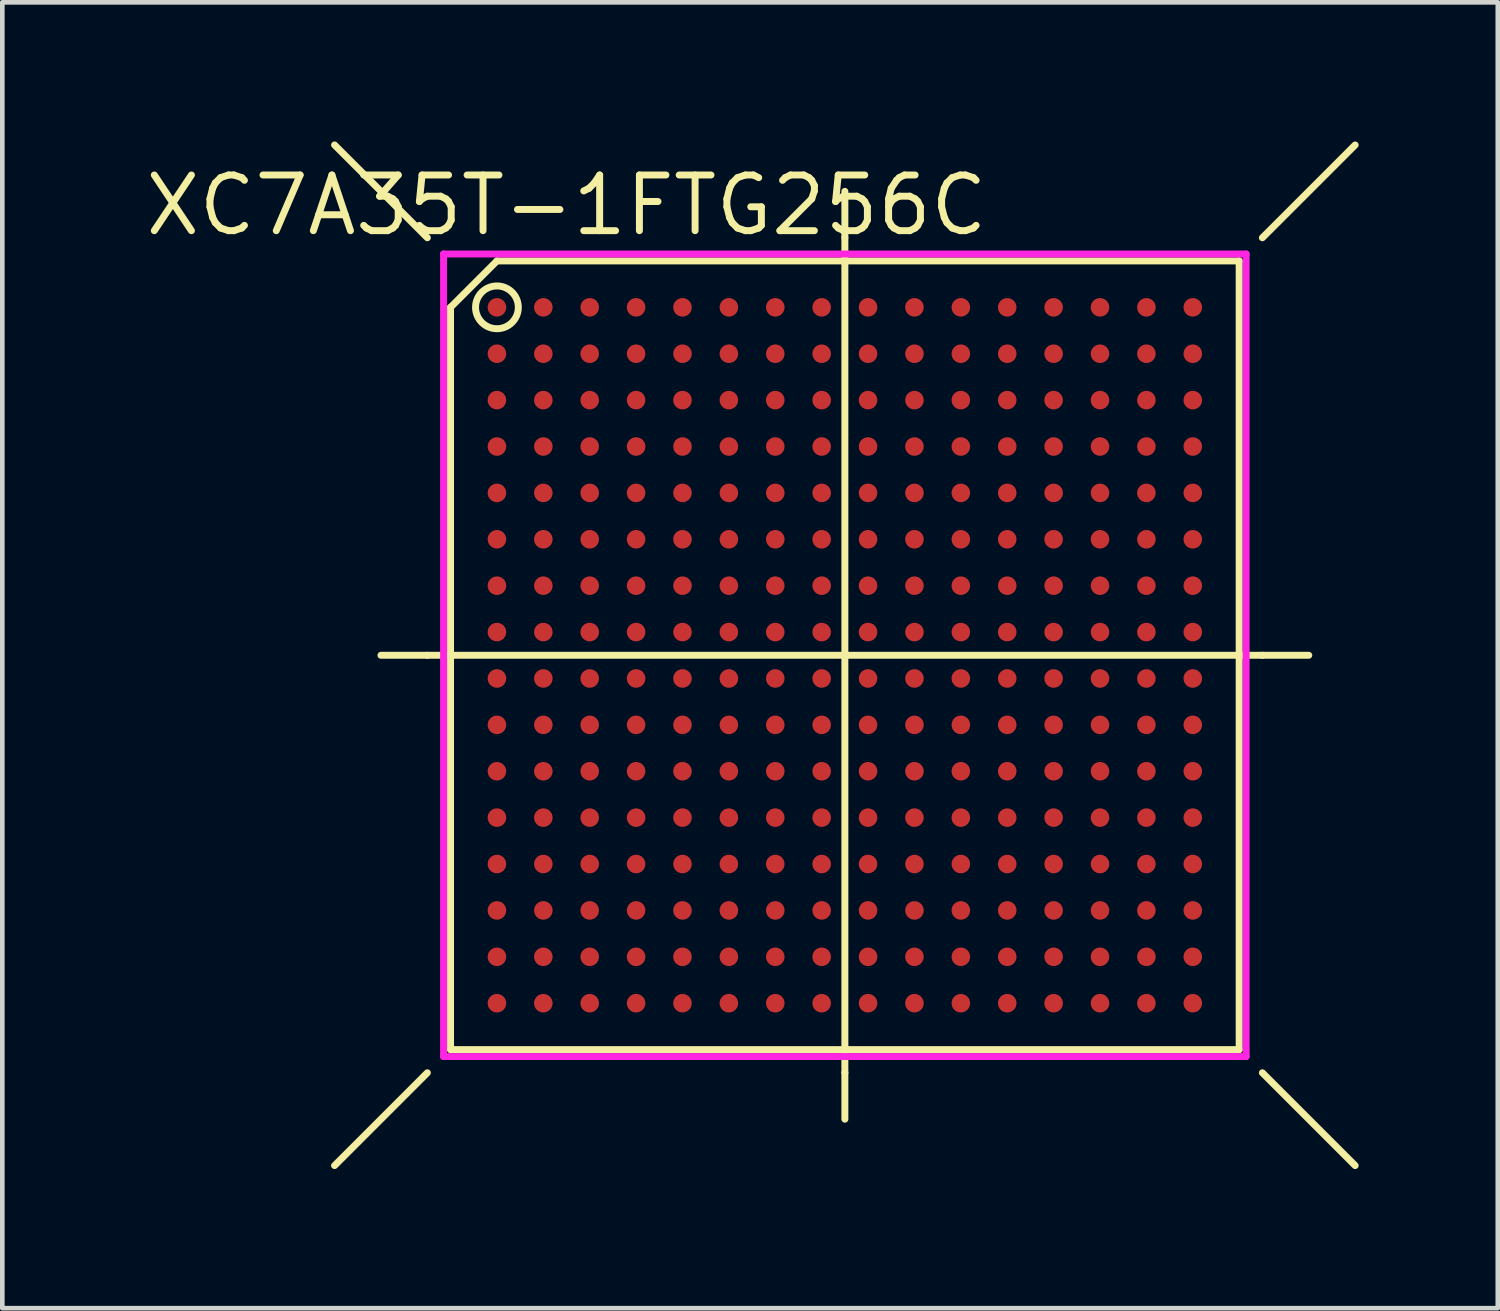
<source format=kicad_pcb>
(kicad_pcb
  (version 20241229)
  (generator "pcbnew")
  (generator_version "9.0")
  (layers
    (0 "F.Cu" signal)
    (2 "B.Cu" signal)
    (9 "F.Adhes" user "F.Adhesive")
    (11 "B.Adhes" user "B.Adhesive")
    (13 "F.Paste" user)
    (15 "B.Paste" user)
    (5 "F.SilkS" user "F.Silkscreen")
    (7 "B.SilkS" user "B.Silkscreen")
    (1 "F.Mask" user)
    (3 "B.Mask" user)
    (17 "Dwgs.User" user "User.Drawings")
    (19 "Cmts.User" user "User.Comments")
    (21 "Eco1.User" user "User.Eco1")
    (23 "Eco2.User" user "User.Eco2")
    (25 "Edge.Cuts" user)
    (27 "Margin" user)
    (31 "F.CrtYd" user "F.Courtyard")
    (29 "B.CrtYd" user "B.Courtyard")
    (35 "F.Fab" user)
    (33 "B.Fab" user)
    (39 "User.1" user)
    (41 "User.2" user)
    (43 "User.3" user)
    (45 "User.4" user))
  (footprint "XC7A35T-1FTG256C"
    (layer "F.Cu")
    (at 15.162 11.075)
    (property "Reference" "XC7A35T-1FTG256C" (at -6 -9.7 0) (layer "F.SilkS") (effects (font (size 1.2 1.2) (thickness 0.15))))
    (attr through_hole)
    (fp_line (start -9 -9) (end -11 -11) (stroke (width 0.15) (type solid)) (layer "F.SilkS"))
    (fp_line (start -9 0) (end -10 0) (stroke (width 0.15) (type solid)) (layer "F.SilkS"))
    (fp_line (start -9 0) (end 9 0) (stroke (width 0.15) (type solid)) (layer "F.SilkS"))
    (fp_line (start -9 9) (end -11 11) (stroke (width 0.15) (type solid)) (layer "F.SilkS"))
    (fp_line (start -8.5 -7.5) (end -8.5 8.5) (stroke (width 0.15) (type solid)) (layer "F.SilkS"))
    (fp_line (start -8.5 8.5) (end 8.5 8.5) (stroke (width 0.15) (type solid)) (layer "F.SilkS"))
    (fp_line (start -7.5 -8.5) (end -8.5 -7.5) (stroke (width 0.15) (type solid)) (layer "F.SilkS"))
    (fp_line (start 0 -9) (end 0 -10) (stroke (width 0.15) (type solid)) (layer "F.SilkS"))
    (fp_line (start 0 -9) (end 0 9) (stroke (width 0.15) (type solid)) (layer "F.SilkS"))
    (fp_line (start 0 9) (end 0 10) (stroke (width 0.15) (type solid)) (layer "F.SilkS"))
    (fp_line (start 8.5 -8.5) (end -7.5 -8.5) (stroke (width 0.15) (type solid)) (layer "F.SilkS"))
    (fp_line (start 8.5 8.5) (end 8.5 -8.5) (stroke (width 0.15) (type solid)) (layer "F.SilkS"))
    (fp_line (start 9 -9) (end 11 -11) (stroke (width 0.15) (type solid)) (layer "F.SilkS"))
    (fp_line (start 9 0) (end 10 0) (stroke (width 0.15) (type solid)) (layer "F.SilkS"))
    (fp_line (start 9 9) (end 11 11) (stroke (width 0.15) (type solid)) (layer "F.SilkS"))
    (fp_circle (center -7.5 -7.5) (end -7.15 -7.2) (stroke (width 0.15) (type solid)) (fill no) (layer "F.SilkS"))
    (fp_line (start -8.65 -8.65) (end 8.65 -8.65) (stroke (width 0.15) (type solid)) (layer "F.CrtYd"))
    (fp_line (start -8.65 8.65) (end -8.65 -8.65) (stroke (width 0.15) (type solid)) (layer "F.CrtYd"))
    (fp_line (start 8.65 -8.65) (end 8.65 8.65) (stroke (width 0.15) (type solid)) (layer "F.CrtYd"))
    (fp_line (start 8.65 8.65) (end -8.65 8.65) (stroke (width 0.15) (type solid)) (layer "F.CrtYd"))
    (pad "A1" smd circle (at -7.5 -7.5) (size 0.4 0.4) (layers "F.Cu" "F.Mask" "F.Paste"))
    (pad "A2" smd circle (at -6.5 -7.5) (size 0.4 0.4) (layers "F.Cu" "F.Mask" "F.Paste"))
    (pad "A3" smd circle (at -5.5 -7.5) (size 0.4 0.4) (layers "F.Cu" "F.Mask" "F.Paste"))
    (pad "A4" smd circle (at -4.5 -7.5) (size 0.4 0.4) (layers "F.Cu" "F.Mask" "F.Paste"))
    (pad "A5" smd circle (at -3.5 -7.5) (size 0.4 0.4) (layers "F.Cu" "F.Mask" "F.Paste"))
    (pad "A6" smd circle (at -2.5 -7.5) (size 0.4 0.4) (layers "F.Cu" "F.Mask" "F.Paste"))
    (pad "A7" smd circle (at -1.5 -7.5) (size 0.4 0.4) (layers "F.Cu" "F.Mask" "F.Paste"))
    (pad "A8" smd circle (at -0.5 -7.5) (size 0.4 0.4) (layers "F.Cu" "F.Mask" "F.Paste"))
    (pad "A9" smd circle (at 0.5 -7.5) (size 0.4 0.4) (layers "F.Cu" "F.Mask" "F.Paste"))
    (pad "A10" smd circle (at 1.5 -7.5) (size 0.4 0.4) (layers "F.Cu" "F.Mask" "F.Paste"))
    (pad "A11" smd circle (at 2.5 -7.5) (size 0.4 0.4) (layers "F.Cu" "F.Mask" "F.Paste"))
    (pad "A12" smd circle (at 3.5 -7.5) (size 0.4 0.4) (layers "F.Cu" "F.Mask" "F.Paste"))
    (pad "A13" smd circle (at 4.5 -7.5) (size 0.4 0.4) (layers "F.Cu" "F.Mask" "F.Paste"))
    (pad "A14" smd circle (at 5.5 -7.5) (size 0.4 0.4) (layers "F.Cu" "F.Mask" "F.Paste"))
    (pad "A15" smd circle (at 6.5 -7.5) (size 0.4 0.4) (layers "F.Cu" "F.Mask" "F.Paste"))
    (pad "A16" smd circle (at 7.5 -7.5) (size 0.4 0.4) (layers "F.Cu" "F.Mask" "F.Paste"))
    (pad "B1" smd circle (at -7.5 -6.5) (size 0.4 0.4) (layers "F.Cu" "F.Mask" "F.Paste"))
    (pad "B2" smd circle (at -6.5 -6.5) (size 0.4 0.4) (layers "F.Cu" "F.Mask" "F.Paste"))
    (pad "B3" smd circle (at -5.5 -6.5) (size 0.4 0.4) (layers "F.Cu" "F.Mask" "F.Paste"))
    (pad "B4" smd circle (at -4.5 -6.5) (size 0.4 0.4) (layers "F.Cu" "F.Mask" "F.Paste"))
    (pad "B5" smd circle (at -3.5 -6.5) (size 0.4 0.4) (layers "F.Cu" "F.Mask" "F.Paste"))
    (pad "B6" smd circle (at -2.5 -6.5) (size 0.4 0.4) (layers "F.Cu" "F.Mask" "F.Paste"))
    (pad "B7" smd circle (at -1.5 -6.5) (size 0.4 0.4) (layers "F.Cu" "F.Mask" "F.Paste"))
    (pad "B8" smd circle (at -0.5 -6.5) (size 0.4 0.4) (layers "F.Cu" "F.Mask" "F.Paste"))
    (pad "B9" smd circle (at 0.5 -6.5) (size 0.4 0.4) (layers "F.Cu" "F.Mask" "F.Paste"))
    (pad "B10" smd circle (at 1.5 -6.5) (size 0.4 0.4) (layers "F.Cu" "F.Mask" "F.Paste"))
    (pad "B11" smd circle (at 2.5 -6.5) (size 0.4 0.4) (layers "F.Cu" "F.Mask" "F.Paste"))
    (pad "B12" smd circle (at 3.5 -6.5) (size 0.4 0.4) (layers "F.Cu" "F.Mask" "F.Paste"))
    (pad "B13" smd circle (at 4.5 -6.5) (size 0.4 0.4) (layers "F.Cu" "F.Mask" "F.Paste"))
    (pad "B14" smd circle (at 5.5 -6.5) (size 0.4 0.4) (layers "F.Cu" "F.Mask" "F.Paste"))
    (pad "B15" smd circle (at 6.5 -6.5) (size 0.4 0.4) (layers "F.Cu" "F.Mask" "F.Paste"))
    (pad "B16" smd circle (at 7.5 -6.5) (size 0.4 0.4) (layers "F.Cu" "F.Mask" "F.Paste"))
    (pad "C1" smd circle (at -7.5 -5.5) (size 0.4 0.4) (layers "F.Cu" "F.Mask" "F.Paste"))
    (pad "C2" smd circle (at -6.5 -5.5) (size 0.4 0.4) (layers "F.Cu" "F.Mask" "F.Paste"))
    (pad "C3" smd circle (at -5.5 -5.5) (size 0.4 0.4) (layers "F.Cu" "F.Mask" "F.Paste"))
    (pad "C4" smd circle (at -4.5 -5.5) (size 0.4 0.4) (layers "F.Cu" "F.Mask" "F.Paste"))
    (pad "C5" smd circle (at -3.5 -5.5) (size 0.4 0.4) (layers "F.Cu" "F.Mask" "F.Paste"))
    (pad "C6" smd circle (at -2.5 -5.5) (size 0.4 0.4) (layers "F.Cu" "F.Mask" "F.Paste"))
    (pad "C7" smd circle (at -1.5 -5.5) (size 0.4 0.4) (layers "F.Cu" "F.Mask" "F.Paste"))
    (pad "C8" smd circle (at -0.5 -5.5) (size 0.4 0.4) (layers "F.Cu" "F.Mask" "F.Paste"))
    (pad "C9" smd circle (at 0.5 -5.5) (size 0.4 0.4) (layers "F.Cu" "F.Mask" "F.Paste"))
    (pad "C10" smd circle (at 1.5 -5.5) (size 0.4 0.4) (layers "F.Cu" "F.Mask" "F.Paste"))
    (pad "C11" smd circle (at 2.5 -5.5) (size 0.4 0.4) (layers "F.Cu" "F.Mask" "F.Paste"))
    (pad "C12" smd circle (at 3.5 -5.5) (size 0.4 0.4) (layers "F.Cu" "F.Mask" "F.Paste"))
    (pad "C13" smd circle (at 4.5 -5.5) (size 0.4 0.4) (layers "F.Cu" "F.Mask" "F.Paste"))
    (pad "C14" smd circle (at 5.5 -5.5) (size 0.4 0.4) (layers "F.Cu" "F.Mask" "F.Paste"))
    (pad "C15" smd circle (at 6.5 -5.5) (size 0.4 0.4) (layers "F.Cu" "F.Mask" "F.Paste"))
    (pad "C16" smd circle (at 7.5 -5.5) (size 0.4 0.4) (layers "F.Cu" "F.Mask" "F.Paste"))
    (pad "D1" smd circle (at -7.5 -4.5) (size 0.4 0.4) (layers "F.Cu" "F.Mask" "F.Paste"))
    (pad "D2" smd circle (at -6.5 -4.5) (size 0.4 0.4) (layers "F.Cu" "F.Mask" "F.Paste"))
    (pad "D3" smd circle (at -5.5 -4.5) (size 0.4 0.4) (layers "F.Cu" "F.Mask" "F.Paste"))
    (pad "D4" smd circle (at -4.5 -4.5) (size 0.4 0.4) (layers "F.Cu" "F.Mask" "F.Paste"))
    (pad "D5" smd circle (at -3.5 -4.5) (size 0.4 0.4) (layers "F.Cu" "F.Mask" "F.Paste"))
    (pad "D6" smd circle (at -2.5 -4.5) (size 0.4 0.4) (layers "F.Cu" "F.Mask" "F.Paste"))
    (pad "D7" smd circle (at -1.5 -4.5) (size 0.4 0.4) (layers "F.Cu" "F.Mask" "F.Paste"))
    (pad "D8" smd circle (at -0.5 -4.5) (size 0.4 0.4) (layers "F.Cu" "F.Mask" "F.Paste"))
    (pad "D9" smd circle (at 0.5 -4.5) (size 0.4 0.4) (layers "F.Cu" "F.Mask" "F.Paste"))
    (pad "D10" smd circle (at 1.5 -4.5) (size 0.4 0.4) (layers "F.Cu" "F.Mask" "F.Paste"))
    (pad "D11" smd circle (at 2.5 -4.5) (size 0.4 0.4) (layers "F.Cu" "F.Mask" "F.Paste"))
    (pad "D12" smd circle (at 3.5 -4.5) (size 0.4 0.4) (layers "F.Cu" "F.Mask" "F.Paste"))
    (pad "D13" smd circle (at 4.5 -4.5) (size 0.4 0.4) (layers "F.Cu" "F.Mask" "F.Paste"))
    (pad "D14" smd circle (at 5.5 -4.5) (size 0.4 0.4) (layers "F.Cu" "F.Mask" "F.Paste"))
    (pad "D15" smd circle (at 6.5 -4.5) (size 0.4 0.4) (layers "F.Cu" "F.Mask" "F.Paste"))
    (pad "D16" smd circle (at 7.5 -4.5) (size 0.4 0.4) (layers "F.Cu" "F.Mask" "F.Paste"))
    (pad "E1" smd circle (at -7.5 -3.5) (size 0.4 0.4) (layers "F.Cu" "F.Mask" "F.Paste"))
    (pad "E2" smd circle (at -6.5 -3.5) (size 0.4 0.4) (layers "F.Cu" "F.Mask" "F.Paste"))
    (pad "E3" smd circle (at -5.5 -3.5) (size 0.4 0.4) (layers "F.Cu" "F.Mask" "F.Paste"))
    (pad "E4" smd circle (at -4.5 -3.5) (size 0.4 0.4) (layers "F.Cu" "F.Mask" "F.Paste"))
    (pad "E5" smd circle (at -3.5 -3.5) (size 0.4 0.4) (layers "F.Cu" "F.Mask" "F.Paste"))
    (pad "E6" smd circle (at -2.5 -3.5) (size 0.4 0.4) (layers "F.Cu" "F.Mask" "F.Paste"))
    (pad "E7" smd circle (at -1.5 -3.5) (size 0.4 0.4) (layers "F.Cu" "F.Mask" "F.Paste"))
    (pad "E8" smd circle (at -0.5 -3.5) (size 0.4 0.4) (layers "F.Cu" "F.Mask" "F.Paste"))
    (pad "E9" smd circle (at 0.5 -3.5) (size 0.4 0.4) (layers "F.Cu" "F.Mask" "F.Paste"))
    (pad "E10" smd circle (at 1.5 -3.5) (size 0.4 0.4) (layers "F.Cu" "F.Mask" "F.Paste"))
    (pad "E11" smd circle (at 2.5 -3.5) (size 0.4 0.4) (layers "F.Cu" "F.Mask" "F.Paste"))
    (pad "E12" smd circle (at 3.5 -3.5) (size 0.4 0.4) (layers "F.Cu" "F.Mask" "F.Paste"))
    (pad "E13" smd circle (at 4.5 -3.5) (size 0.4 0.4) (layers "F.Cu" "F.Mask" "F.Paste"))
    (pad "E14" smd circle (at 5.5 -3.5) (size 0.4 0.4) (layers "F.Cu" "F.Mask" "F.Paste"))
    (pad "E15" smd circle (at 6.5 -3.5) (size 0.4 0.4) (layers "F.Cu" "F.Mask" "F.Paste"))
    (pad "E16" smd circle (at 7.5 -3.5) (size 0.4 0.4) (layers "F.Cu" "F.Mask" "F.Paste"))
    (pad "F1" smd circle (at -7.5 -2.5) (size 0.4 0.4) (layers "F.Cu" "F.Mask" "F.Paste"))
    (pad "F2" smd circle (at -6.5 -2.5) (size 0.4 0.4) (layers "F.Cu" "F.Mask" "F.Paste"))
    (pad "F3" smd circle (at -5.5 -2.5) (size 0.4 0.4) (layers "F.Cu" "F.Mask" "F.Paste"))
    (pad "F4" smd circle (at -4.5 -2.5) (size 0.4 0.4) (layers "F.Cu" "F.Mask" "F.Paste"))
    (pad "F5" smd circle (at -3.5 -2.5) (size 0.4 0.4) (layers "F.Cu" "F.Mask" "F.Paste"))
    (pad "F6" smd circle (at -2.5 -2.5) (size 0.4 0.4) (layers "F.Cu" "F.Mask" "F.Paste"))
    (pad "F7" smd circle (at -1.5 -2.5) (size 0.4 0.4) (layers "F.Cu" "F.Mask" "F.Paste"))
    (pad "F8" smd circle (at -0.5 -2.5) (size 0.4 0.4) (layers "F.Cu" "F.Mask" "F.Paste"))
    (pad "F9" smd circle (at 0.5 -2.5) (size 0.4 0.4) (layers "F.Cu" "F.Mask" "F.Paste"))
    (pad "F10" smd circle (at 1.5 -2.5) (size 0.4 0.4) (layers "F.Cu" "F.Mask" "F.Paste"))
    (pad "F11" smd circle (at 2.5 -2.5) (size 0.4 0.4) (layers "F.Cu" "F.Mask" "F.Paste"))
    (pad "F12" smd circle (at 3.5 -2.5) (size 0.4 0.4) (layers "F.Cu" "F.Mask" "F.Paste"))
    (pad "F13" smd circle (at 4.5 -2.5) (size 0.4 0.4) (layers "F.Cu" "F.Mask" "F.Paste"))
    (pad "F14" smd circle (at 5.5 -2.5) (size 0.4 0.4) (layers "F.Cu" "F.Mask" "F.Paste"))
    (pad "F15" smd circle (at 6.5 -2.5) (size 0.4 0.4) (layers "F.Cu" "F.Mask" "F.Paste"))
    (pad "F16" smd circle (at 7.5 -2.5) (size 0.4 0.4) (layers "F.Cu" "F.Mask" "F.Paste"))
    (pad "G1" smd circle (at -7.5 -1.5) (size 0.4 0.4) (layers "F.Cu" "F.Mask" "F.Paste"))
    (pad "G2" smd circle (at -6.5 -1.5) (size 0.4 0.4) (layers "F.Cu" "F.Mask" "F.Paste"))
    (pad "G3" smd circle (at -5.5 -1.5) (size 0.4 0.4) (layers "F.Cu" "F.Mask" "F.Paste"))
    (pad "G4" smd circle (at -4.5 -1.5) (size 0.4 0.4) (layers "F.Cu" "F.Mask" "F.Paste"))
    (pad "G5" smd circle (at -3.5 -1.5) (size 0.4 0.4) (layers "F.Cu" "F.Mask" "F.Paste"))
    (pad "G6" smd circle (at -2.5 -1.5) (size 0.4 0.4) (layers "F.Cu" "F.Mask" "F.Paste"))
    (pad "G7" smd circle (at -1.5 -1.5) (size 0.4 0.4) (layers "F.Cu" "F.Mask" "F.Paste"))
    (pad "G8" smd circle (at -0.5 -1.5) (size 0.4 0.4) (layers "F.Cu" "F.Mask" "F.Paste"))
    (pad "G9" smd circle (at 0.5 -1.5) (size 0.4 0.4) (layers "F.Cu" "F.Mask" "F.Paste"))
    (pad "G10" smd circle (at 1.5 -1.5) (size 0.4 0.4) (layers "F.Cu" "F.Mask" "F.Paste"))
    (pad "G11" smd circle (at 2.5 -1.5) (size 0.4 0.4) (layers "F.Cu" "F.Mask" "F.Paste"))
    (pad "G12" smd circle (at 3.5 -1.5) (size 0.4 0.4) (layers "F.Cu" "F.Mask" "F.Paste"))
    (pad "G13" smd circle (at 4.5 -1.5) (size 0.4 0.4) (layers "F.Cu" "F.Mask" "F.Paste"))
    (pad "G14" smd circle (at 5.5 -1.5) (size 0.4 0.4) (layers "F.Cu" "F.Mask" "F.Paste"))
    (pad "G15" smd circle (at 6.5 -1.5) (size 0.4 0.4) (layers "F.Cu" "F.Mask" "F.Paste"))
    (pad "G16" smd circle (at 7.5 -1.5) (size 0.4 0.4) (layers "F.Cu" "F.Mask" "F.Paste"))
    (pad "H1" smd circle (at -7.5 -0.5) (size 0.4 0.4) (layers "F.Cu" "F.Mask" "F.Paste"))
    (pad "H2" smd circle (at -6.5 -0.5) (size 0.4 0.4) (layers "F.Cu" "F.Mask" "F.Paste"))
    (pad "H3" smd circle (at -5.5 -0.5) (size 0.4 0.4) (layers "F.Cu" "F.Mask" "F.Paste"))
    (pad "H4" smd circle (at -4.5 -0.5) (size 0.4 0.4) (layers "F.Cu" "F.Mask" "F.Paste"))
    (pad "H5" smd circle (at -3.5 -0.5) (size 0.4 0.4) (layers "F.Cu" "F.Mask" "F.Paste"))
    (pad "H6" smd circle (at -2.5 -0.5) (size 0.4 0.4) (layers "F.Cu" "F.Mask" "F.Paste"))
    (pad "H7" smd circle (at -1.5 -0.5) (size 0.4 0.4) (layers "F.Cu" "F.Mask" "F.Paste"))
    (pad "H8" smd circle (at -0.5 -0.5) (size 0.4 0.4) (layers "F.Cu" "F.Mask" "F.Paste"))
    (pad "H9" smd circle (at 0.5 -0.5) (size 0.4 0.4) (layers "F.Cu" "F.Mask" "F.Paste"))
    (pad "H10" smd circle (at 1.5 -0.5) (size 0.4 0.4) (layers "F.Cu" "F.Mask" "F.Paste"))
    (pad "H11" smd circle (at 2.5 -0.5) (size 0.4 0.4) (layers "F.Cu" "F.Mask" "F.Paste"))
    (pad "H12" smd circle (at 3.5 -0.5) (size 0.4 0.4) (layers "F.Cu" "F.Mask" "F.Paste"))
    (pad "H13" smd circle (at 4.5 -0.5) (size 0.4 0.4) (layers "F.Cu" "F.Mask" "F.Paste"))
    (pad "H14" smd circle (at 5.5 -0.5) (size 0.4 0.4) (layers "F.Cu" "F.Mask" "F.Paste"))
    (pad "H15" smd circle (at 6.5 -0.5) (size 0.4 0.4) (layers "F.Cu" "F.Mask" "F.Paste"))
    (pad "H16" smd circle (at 7.5 -0.5) (size 0.4 0.4) (layers "F.Cu" "F.Mask" "F.Paste"))
    (pad "J1" smd circle (at -7.5 0.5) (size 0.4 0.4) (layers "F.Cu" "F.Mask" "F.Paste"))
    (pad "J2" smd circle (at -6.5 0.5) (size 0.4 0.4) (layers "F.Cu" "F.Mask" "F.Paste"))
    (pad "J3" smd circle (at -5.5 0.5) (size 0.4 0.4) (layers "F.Cu" "F.Mask" "F.Paste"))
    (pad "J4" smd circle (at -4.5 0.5) (size 0.4 0.4) (layers "F.Cu" "F.Mask" "F.Paste"))
    (pad "J5" smd circle (at -3.5 0.5) (size 0.4 0.4) (layers "F.Cu" "F.Mask" "F.Paste"))
    (pad "J6" smd circle (at -2.5 0.5) (size 0.4 0.4) (layers "F.Cu" "F.Mask" "F.Paste"))
    (pad "J7" smd circle (at -1.5 0.5) (size 0.4 0.4) (layers "F.Cu" "F.Mask" "F.Paste"))
    (pad "J8" smd circle (at -0.5 0.5) (size 0.4 0.4) (layers "F.Cu" "F.Mask" "F.Paste"))
    (pad "J9" smd circle (at 0.5 0.5) (size 0.4 0.4) (layers "F.Cu" "F.Mask" "F.Paste"))
    (pad "J10" smd circle (at 1.5 0.5) (size 0.4 0.4) (layers "F.Cu" "F.Mask" "F.Paste"))
    (pad "J11" smd circle (at 2.5 0.5) (size 0.4 0.4) (layers "F.Cu" "F.Mask" "F.Paste"))
    (pad "J12" smd circle (at 3.5 0.5) (size 0.4 0.4) (layers "F.Cu" "F.Mask" "F.Paste"))
    (pad "J13" smd circle (at 4.5 0.5) (size 0.4 0.4) (layers "F.Cu" "F.Mask" "F.Paste"))
    (pad "J14" smd circle (at 5.5 0.5) (size 0.4 0.4) (layers "F.Cu" "F.Mask" "F.Paste"))
    (pad "J15" smd circle (at 6.5 0.5) (size 0.4 0.4) (layers "F.Cu" "F.Mask" "F.Paste"))
    (pad "J16" smd circle (at 7.5 0.5) (size 0.4 0.4) (layers "F.Cu" "F.Mask" "F.Paste"))
    (pad "K1" smd circle (at -7.5 1.5) (size 0.4 0.4) (layers "F.Cu" "F.Mask" "F.Paste"))
    (pad "K2" smd circle (at -6.5 1.5) (size 0.4 0.4) (layers "F.Cu" "F.Mask" "F.Paste"))
    (pad "K3" smd circle (at -5.5 1.5) (size 0.4 0.4) (layers "F.Cu" "F.Mask" "F.Paste"))
    (pad "K4" smd circle (at -4.5 1.5) (size 0.4 0.4) (layers "F.Cu" "F.Mask" "F.Paste"))
    (pad "K5" smd circle (at -3.5 1.5) (size 0.4 0.4) (layers "F.Cu" "F.Mask" "F.Paste"))
    (pad "K6" smd circle (at -2.5 1.5) (size 0.4 0.4) (layers "F.Cu" "F.Mask" "F.Paste"))
    (pad "K7" smd circle (at -1.5 1.5) (size 0.4 0.4) (layers "F.Cu" "F.Mask" "F.Paste"))
    (pad "K8" smd circle (at -0.5 1.5) (size 0.4 0.4) (layers "F.Cu" "F.Mask" "F.Paste"))
    (pad "K9" smd circle (at 0.5 1.5) (size 0.4 0.4) (layers "F.Cu" "F.Mask" "F.Paste"))
    (pad "K10" smd circle (at 1.5 1.5) (size 0.4 0.4) (layers "F.Cu" "F.Mask" "F.Paste"))
    (pad "K11" smd circle (at 2.5 1.5) (size 0.4 0.4) (layers "F.Cu" "F.Mask" "F.Paste"))
    (pad "K12" smd circle (at 3.5 1.5) (size 0.4 0.4) (layers "F.Cu" "F.Mask" "F.Paste"))
    (pad "K13" smd circle (at 4.5 1.5) (size 0.4 0.4) (layers "F.Cu" "F.Mask" "F.Paste"))
    (pad "K14" smd circle (at 5.5 1.5) (size 0.4 0.4) (layers "F.Cu" "F.Mask" "F.Paste"))
    (pad "K15" smd circle (at 6.5 1.5) (size 0.4 0.4) (layers "F.Cu" "F.Mask" "F.Paste"))
    (pad "K16" smd circle (at 7.5 1.5) (size 0.4 0.4) (layers "F.Cu" "F.Mask" "F.Paste"))
    (pad "L1" smd circle (at -7.5 2.5) (size 0.4 0.4) (layers "F.Cu" "F.Mask" "F.Paste"))
    (pad "L2" smd circle (at -6.5 2.5) (size 0.4 0.4) (layers "F.Cu" "F.Mask" "F.Paste"))
    (pad "L3" smd circle (at -5.5 2.5) (size 0.4 0.4) (layers "F.Cu" "F.Mask" "F.Paste"))
    (pad "L4" smd circle (at -4.5 2.5) (size 0.4 0.4) (layers "F.Cu" "F.Mask" "F.Paste"))
    (pad "L5" smd circle (at -3.5 2.5) (size 0.4 0.4) (layers "F.Cu" "F.Mask" "F.Paste"))
    (pad "L6" smd circle (at -2.5 2.5) (size 0.4 0.4) (layers "F.Cu" "F.Mask" "F.Paste"))
    (pad "L7" smd circle (at -1.5 2.5) (size 0.4 0.4) (layers "F.Cu" "F.Mask" "F.Paste"))
    (pad "L8" smd circle (at -0.5 2.5) (size 0.4 0.4) (layers "F.Cu" "F.Mask" "F.Paste"))
    (pad "L9" smd circle (at 0.5 2.5) (size 0.4 0.4) (layers "F.Cu" "F.Mask" "F.Paste"))
    (pad "L10" smd circle (at 1.5 2.5) (size 0.4 0.4) (layers "F.Cu" "F.Mask" "F.Paste"))
    (pad "L11" smd circle (at 2.5 2.5) (size 0.4 0.4) (layers "F.Cu" "F.Mask" "F.Paste"))
    (pad "L12" smd circle (at 3.5 2.5) (size 0.4 0.4) (layers "F.Cu" "F.Mask" "F.Paste"))
    (pad "L13" smd circle (at 4.5 2.5) (size 0.4 0.4) (layers "F.Cu" "F.Mask" "F.Paste"))
    (pad "L14" smd circle (at 5.5 2.5) (size 0.4 0.4) (layers "F.Cu" "F.Mask" "F.Paste"))
    (pad "L15" smd circle (at 6.5 2.5) (size 0.4 0.4) (layers "F.Cu" "F.Mask" "F.Paste"))
    (pad "L16" smd circle (at 7.5 2.5) (size 0.4 0.4) (layers "F.Cu" "F.Mask" "F.Paste"))
    (pad "M1" smd circle (at -7.5 3.5) (size 0.4 0.4) (layers "F.Cu" "F.Mask" "F.Paste"))
    (pad "M2" smd circle (at -6.5 3.5) (size 0.4 0.4) (layers "F.Cu" "F.Mask" "F.Paste"))
    (pad "M3" smd circle (at -5.5 3.5) (size 0.4 0.4) (layers "F.Cu" "F.Mask" "F.Paste"))
    (pad "M4" smd circle (at -4.5 3.5) (size 0.4 0.4) (layers "F.Cu" "F.Mask" "F.Paste"))
    (pad "M5" smd circle (at -3.5 3.5) (size 0.4 0.4) (layers "F.Cu" "F.Mask" "F.Paste"))
    (pad "M6" smd circle (at -2.5 3.5) (size 0.4 0.4) (layers "F.Cu" "F.Mask" "F.Paste"))
    (pad "M7" smd circle (at -1.5 3.5) (size 0.4 0.4) (layers "F.Cu" "F.Mask" "F.Paste"))
    (pad "M8" smd circle (at -0.5 3.5) (size 0.4 0.4) (layers "F.Cu" "F.Mask" "F.Paste"))
    (pad "M9" smd circle (at 0.5 3.5) (size 0.4 0.4) (layers "F.Cu" "F.Mask" "F.Paste"))
    (pad "M10" smd circle (at 1.5 3.5) (size 0.4 0.4) (layers "F.Cu" "F.Mask" "F.Paste"))
    (pad "M11" smd circle (at 2.5 3.5) (size 0.4 0.4) (layers "F.Cu" "F.Mask" "F.Paste"))
    (pad "M12" smd circle (at 3.5 3.5) (size 0.4 0.4) (layers "F.Cu" "F.Mask" "F.Paste"))
    (pad "M13" smd circle (at 4.5 3.5) (size 0.4 0.4) (layers "F.Cu" "F.Mask" "F.Paste"))
    (pad "M14" smd circle (at 5.5 3.5) (size 0.4 0.4) (layers "F.Cu" "F.Mask" "F.Paste"))
    (pad "M15" smd circle (at 6.5 3.5) (size 0.4 0.4) (layers "F.Cu" "F.Mask" "F.Paste"))
    (pad "M16" smd circle (at 7.5 3.5) (size 0.4 0.4) (layers "F.Cu" "F.Mask" "F.Paste"))
    (pad "N1" smd circle (at -7.5 4.5) (size 0.4 0.4) (layers "F.Cu" "F.Mask" "F.Paste"))
    (pad "N2" smd circle (at -6.5 4.5) (size 0.4 0.4) (layers "F.Cu" "F.Mask" "F.Paste"))
    (pad "N3" smd circle (at -5.5 4.5) (size 0.4 0.4) (layers "F.Cu" "F.Mask" "F.Paste"))
    (pad "N4" smd circle (at -4.5 4.5) (size 0.4 0.4) (layers "F.Cu" "F.Mask" "F.Paste"))
    (pad "N5" smd circle (at -3.5 4.5) (size 0.4 0.4) (layers "F.Cu" "F.Mask" "F.Paste"))
    (pad "N6" smd circle (at -2.5 4.5) (size 0.4 0.4) (layers "F.Cu" "F.Mask" "F.Paste"))
    (pad "N7" smd circle (at -1.5 4.5) (size 0.4 0.4) (layers "F.Cu" "F.Mask" "F.Paste"))
    (pad "N8" smd circle (at -0.5 4.5) (size 0.4 0.4) (layers "F.Cu" "F.Mask" "F.Paste"))
    (pad "N9" smd circle (at 0.5 4.5) (size 0.4 0.4) (layers "F.Cu" "F.Mask" "F.Paste"))
    (pad "N10" smd circle (at 1.5 4.5) (size 0.4 0.4) (layers "F.Cu" "F.Mask" "F.Paste"))
    (pad "N11" smd circle (at 2.5 4.5) (size 0.4 0.4) (layers "F.Cu" "F.Mask" "F.Paste"))
    (pad "N12" smd circle (at 3.5 4.5) (size 0.4 0.4) (layers "F.Cu" "F.Mask" "F.Paste"))
    (pad "N13" smd circle (at 4.5 4.5) (size 0.4 0.4) (layers "F.Cu" "F.Mask" "F.Paste"))
    (pad "N14" smd circle (at 5.5 4.5) (size 0.4 0.4) (layers "F.Cu" "F.Mask" "F.Paste"))
    (pad "N15" smd circle (at 6.5 4.5) (size 0.4 0.4) (layers "F.Cu" "F.Mask" "F.Paste"))
    (pad "N16" smd circle (at 7.5 4.5) (size 0.4 0.4) (layers "F.Cu" "F.Mask" "F.Paste"))
    (pad "P1" smd circle (at -7.5 5.5) (size 0.4 0.4) (layers "F.Cu" "F.Mask" "F.Paste"))
    (pad "P2" smd circle (at -6.5 5.5) (size 0.4 0.4) (layers "F.Cu" "F.Mask" "F.Paste"))
    (pad "P3" smd circle (at -5.5 5.5) (size 0.4 0.4) (layers "F.Cu" "F.Mask" "F.Paste"))
    (pad "P4" smd circle (at -4.5 5.5) (size 0.4 0.4) (layers "F.Cu" "F.Mask" "F.Paste"))
    (pad "P5" smd circle (at -3.5 5.5) (size 0.4 0.4) (layers "F.Cu" "F.Mask" "F.Paste"))
    (pad "P6" smd circle (at -2.5 5.5) (size 0.4 0.4) (layers "F.Cu" "F.Mask" "F.Paste"))
    (pad "P7" smd circle (at -1.5 5.5) (size 0.4 0.4) (layers "F.Cu" "F.Mask" "F.Paste"))
    (pad "P8" smd circle (at -0.5 5.5) (size 0.4 0.4) (layers "F.Cu" "F.Mask" "F.Paste"))
    (pad "P9" smd circle (at 0.5 5.5) (size 0.4 0.4) (layers "F.Cu" "F.Mask" "F.Paste"))
    (pad "P10" smd circle (at 1.5 5.5) (size 0.4 0.4) (layers "F.Cu" "F.Mask" "F.Paste"))
    (pad "P11" smd circle (at 2.5 5.5) (size 0.4 0.4) (layers "F.Cu" "F.Mask" "F.Paste"))
    (pad "P12" smd circle (at 3.5 5.5) (size 0.4 0.4) (layers "F.Cu" "F.Mask" "F.Paste"))
    (pad "P13" smd circle (at 4.5 5.5) (size 0.4 0.4) (layers "F.Cu" "F.Mask" "F.Paste"))
    (pad "P14" smd circle (at 5.5 5.5) (size 0.4 0.4) (layers "F.Cu" "F.Mask" "F.Paste"))
    (pad "P15" smd circle (at 6.5 5.5) (size 0.4 0.4) (layers "F.Cu" "F.Mask" "F.Paste"))
    (pad "P16" smd circle (at 7.5 5.5) (size 0.4 0.4) (layers "F.Cu" "F.Mask" "F.Paste"))
    (pad "R1" smd circle (at -7.5 6.5) (size 0.4 0.4) (layers "F.Cu" "F.Mask" "F.Paste"))
    (pad "R2" smd circle (at -6.5 6.5) (size 0.4 0.4) (layers "F.Cu" "F.Mask" "F.Paste"))
    (pad "R3" smd circle (at -5.5 6.5) (size 0.4 0.4) (layers "F.Cu" "F.Mask" "F.Paste"))
    (pad "R4" smd circle (at -4.5 6.5) (size 0.4 0.4) (layers "F.Cu" "F.Mask" "F.Paste"))
    (pad "R5" smd circle (at -3.5 6.5) (size 0.4 0.4) (layers "F.Cu" "F.Mask" "F.Paste"))
    (pad "R6" smd circle (at -2.5 6.5) (size 0.4 0.4) (layers "F.Cu" "F.Mask" "F.Paste"))
    (pad "R7" smd circle (at -1.5 6.5) (size 0.4 0.4) (layers "F.Cu" "F.Mask" "F.Paste"))
    (pad "R8" smd circle (at -0.5 6.5) (size 0.4 0.4) (layers "F.Cu" "F.Mask" "F.Paste"))
    (pad "R9" smd circle (at 0.5 6.5) (size 0.4 0.4) (layers "F.Cu" "F.Mask" "F.Paste"))
    (pad "R10" smd circle (at 1.5 6.5) (size 0.4 0.4) (layers "F.Cu" "F.Mask" "F.Paste"))
    (pad "R11" smd circle (at 2.5 6.5) (size 0.4 0.4) (layers "F.Cu" "F.Mask" "F.Paste"))
    (pad "R12" smd circle (at 3.5 6.5) (size 0.4 0.4) (layers "F.Cu" "F.Mask" "F.Paste"))
    (pad "R13" smd circle (at 4.5 6.5) (size 0.4 0.4) (layers "F.Cu" "F.Mask" "F.Paste"))
    (pad "R14" smd circle (at 5.5 6.5) (size 0.4 0.4) (layers "F.Cu" "F.Mask" "F.Paste"))
    (pad "R15" smd circle (at 6.5 6.5) (size 0.4 0.4) (layers "F.Cu" "F.Mask" "F.Paste"))
    (pad "R16" smd circle (at 7.5 6.5) (size 0.4 0.4) (layers "F.Cu" "F.Mask" "F.Paste"))
    (pad "T1" smd circle (at -7.5 7.5) (size 0.4 0.4) (layers "F.Cu" "F.Mask" "F.Paste"))
    (pad "T2" smd circle (at -6.5 7.5) (size 0.4 0.4) (layers "F.Cu" "F.Mask" "F.Paste"))
    (pad "T3" smd circle (at -5.5 7.5) (size 0.4 0.4) (layers "F.Cu" "F.Mask" "F.Paste"))
    (pad "T4" smd circle (at -4.5 7.5) (size 0.4 0.4) (layers "F.Cu" "F.Mask" "F.Paste"))
    (pad "T5" smd circle (at -3.5 7.5) (size 0.4 0.4) (layers "F.Cu" "F.Mask" "F.Paste"))
    (pad "T6" smd circle (at -2.5 7.5) (size 0.4 0.4) (layers "F.Cu" "F.Mask" "F.Paste"))
    (pad "T7" smd circle (at -1.5 7.5) (size 0.4 0.4) (layers "F.Cu" "F.Mask" "F.Paste"))
    (pad "T8" smd circle (at -0.5 7.5) (size 0.4 0.4) (layers "F.Cu" "F.Mask" "F.Paste"))
    (pad "T9" smd circle (at 0.5 7.5) (size 0.4 0.4) (layers "F.Cu" "F.Mask" "F.Paste"))
    (pad "T10" smd circle (at 1.5 7.5) (size 0.4 0.4) (layers "F.Cu" "F.Mask" "F.Paste"))
    (pad "T11" smd circle (at 2.5 7.5) (size 0.4 0.4) (layers "F.Cu" "F.Mask" "F.Paste"))
    (pad "T12" smd circle (at 3.5 7.5) (size 0.4 0.4) (layers "F.Cu" "F.Mask" "F.Paste"))
    (pad "T13" smd circle (at 4.5 7.5) (size 0.4 0.4) (layers "F.Cu" "F.Mask" "F.Paste"))
    (pad "T14" smd circle (at 5.5 7.5) (size 0.4 0.4) (layers "F.Cu" "F.Mask" "F.Paste"))
    (pad "T15" smd circle (at 6.5 7.5) (size 0.4 0.4) (layers "F.Cu" "F.Mask" "F.Paste"))
    (pad "T16" smd circle (at 7.5 7.5) (size 0.4 0.4) (layers "F.Cu" "F.Mask" "F.Paste")))
  (gr_rect
    (start -3 -3)
    (end 29.237 25.15)
    (stroke (width 0.1) (type default))
    (fill no)
    (layer "Edge.Cuts")))
</source>
